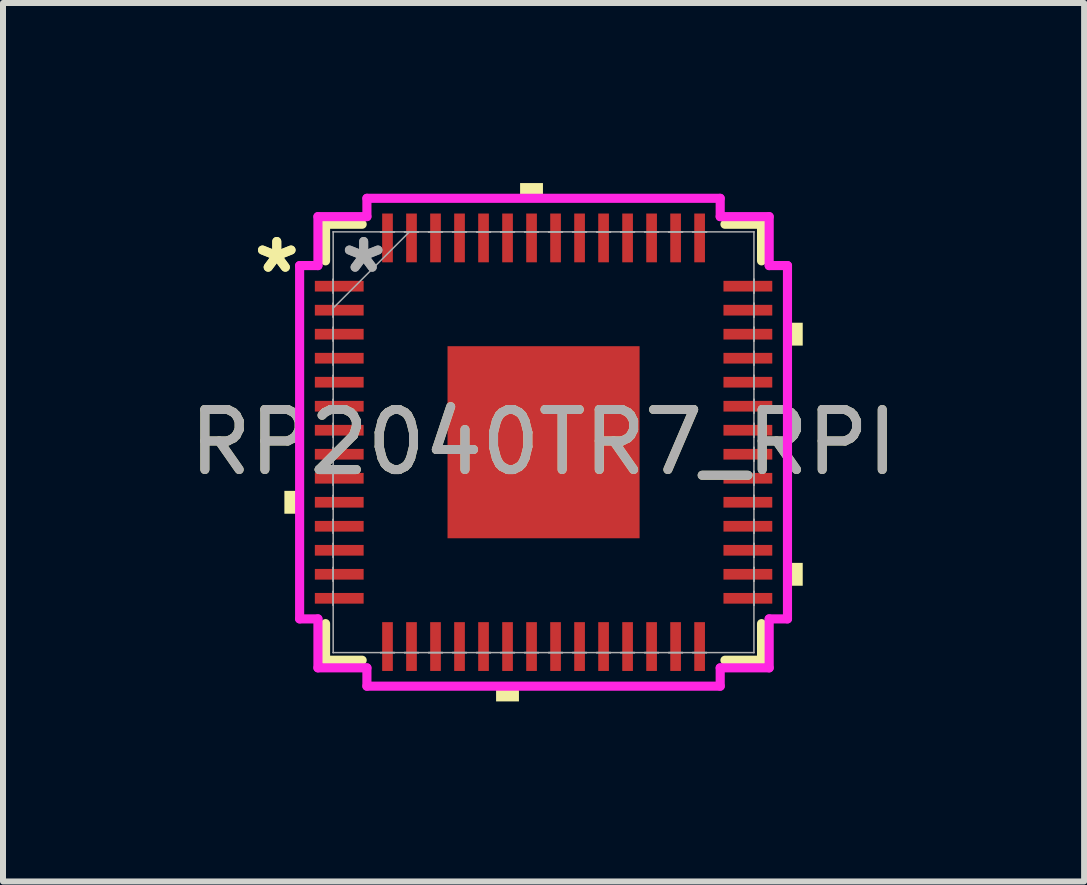
<source format=kicad_pcb>
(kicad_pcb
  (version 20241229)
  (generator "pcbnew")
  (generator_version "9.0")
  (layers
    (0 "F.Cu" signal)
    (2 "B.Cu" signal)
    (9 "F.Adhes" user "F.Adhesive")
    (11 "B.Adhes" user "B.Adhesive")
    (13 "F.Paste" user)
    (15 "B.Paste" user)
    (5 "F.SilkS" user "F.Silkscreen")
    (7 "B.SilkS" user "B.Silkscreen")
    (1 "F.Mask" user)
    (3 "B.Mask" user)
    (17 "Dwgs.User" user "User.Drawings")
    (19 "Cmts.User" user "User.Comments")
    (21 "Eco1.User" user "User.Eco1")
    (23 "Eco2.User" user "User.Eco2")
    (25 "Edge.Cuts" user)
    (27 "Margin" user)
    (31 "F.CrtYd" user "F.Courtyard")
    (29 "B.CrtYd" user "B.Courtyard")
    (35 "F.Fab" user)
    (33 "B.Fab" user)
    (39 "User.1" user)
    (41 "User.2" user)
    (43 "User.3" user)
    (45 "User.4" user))
  (footprint "RP2040TR7_RPI"
    (layer "F.Cu")
    (at 6.006 4.318)
    (property "Reference" "RP2040TR7_RPI" (at 0 0 0) (unlocked yes) (layer "F.SilkS") (effects (font (size 1 1) (thickness 0.15))))
    (attr smd)
    (fp_line (start -3.632 -3.632) (end -3.632 -3.022) (stroke (width 0.152) (type solid)) (layer "F.SilkS"))
    (fp_line (start -3.632 3.022) (end -3.632 3.632) (stroke (width 0.152) (type solid)) (layer "F.SilkS"))
    (fp_line (start -3.632 3.632) (end -3.022 3.632) (stroke (width 0.152) (type solid)) (layer "F.SilkS"))
    (fp_line (start -3.022 -3.632) (end -3.632 -3.632) (stroke (width 0.152) (type solid)) (layer "F.SilkS"))
    (fp_line (start 3.022 3.632) (end 3.632 3.632) (stroke (width 0.152) (type solid)) (layer "F.SilkS"))
    (fp_line (start 3.632 -3.632) (end 3.022 -3.632) (stroke (width 0.152) (type solid)) (layer "F.SilkS"))
    (fp_line (start 3.632 -3.022) (end 3.632 -3.632) (stroke (width 0.152) (type solid)) (layer "F.SilkS"))
    (fp_line (start 3.632 3.632) (end 3.632 3.022) (stroke (width 0.152) (type solid)) (layer "F.SilkS"))
    (fp_poly (pts (xy -4.318 0.81) (xy -4.318 1.191) (xy -4.064 1.191) (xy -4.064 0.81)) (stroke (width 0) (type solid)) (fill yes) (layer "F.SilkS"))
    (fp_poly (pts (xy -0.791 4.064) (xy -0.791 4.318) (xy -0.41 4.318) (xy -0.41 4.064)) (stroke (width 0) (type solid)) (fill yes) (layer "F.SilkS"))
    (fp_poly (pts (xy -0.391 -4.064) (xy -0.391 -4.318) (xy -0.01 -4.318) (xy -0.01 -4.064)) (stroke (width 0) (type solid)) (fill yes) (layer "F.SilkS"))
    (fp_poly (pts (xy 4.318 -1.991) (xy 4.318 -1.61) (xy 4.064 -1.61) (xy 4.064 -1.991)) (stroke (width 0) (type solid)) (fill yes) (layer "F.SilkS"))
    (fp_poly (pts (xy 4.318 2.01) (xy 4.318 2.391) (xy 4.064 2.391) (xy 4.064 2.01)) (stroke (width 0) (type solid)) (fill yes) (layer "F.SilkS"))
    (fp_poly (pts (xy -1.5 -1.5) (xy -1.5 -0.1) (xy -0.1 -0.1) (xy -0.1 -1.5)) (stroke (width 0) (type solid)) (fill yes) (layer "F.Paste"))
    (fp_poly (pts (xy -1.5 0.1) (xy -1.5 1.5) (xy -0.1 1.5) (xy -0.1 0.1)) (stroke (width 0) (type solid)) (fill yes) (layer "F.Paste"))
    (fp_poly (pts (xy 0.1 -1.5) (xy 0.1 -0.1) (xy 1.5 -0.1) (xy 1.5 -1.5)) (stroke (width 0) (type solid)) (fill yes) (layer "F.Paste"))
    (fp_poly (pts (xy 0.1 0.1) (xy 0.1 1.5) (xy 1.5 1.5) (xy 1.5 0.1)) (stroke (width 0) (type solid)) (fill yes) (layer "F.Paste"))
    (fp_line (start -4.064 -2.943) (end -3.759 -2.943) (stroke (width 0.152) (type solid)) (layer "F.CrtYd"))
    (fp_line (start -4.064 2.943) (end -4.064 -2.943) (stroke (width 0.152) (type solid)) (layer "F.CrtYd"))
    (fp_line (start -3.759 -3.759) (end -2.943 -3.759) (stroke (width 0.152) (type solid)) (layer "F.CrtYd"))
    (fp_line (start -3.759 -2.943) (end -3.759 -3.759) (stroke (width 0.152) (type solid)) (layer "F.CrtYd"))
    (fp_line (start -3.759 2.943) (end -4.064 2.943) (stroke (width 0.152) (type solid)) (layer "F.CrtYd"))
    (fp_line (start -3.759 3.759) (end -3.759 2.943) (stroke (width 0.152) (type solid)) (layer "F.CrtYd"))
    (fp_line (start -2.943 -4.064) (end 2.943 -4.064) (stroke (width 0.152) (type solid)) (layer "F.CrtYd"))
    (fp_line (start -2.943 -3.759) (end -2.943 -4.064) (stroke (width 0.152) (type solid)) (layer "F.CrtYd"))
    (fp_line (start -2.943 3.759) (end -3.759 3.759) (stroke (width 0.152) (type solid)) (layer "F.CrtYd"))
    (fp_line (start -2.943 4.064) (end -2.943 3.759) (stroke (width 0.152) (type solid)) (layer "F.CrtYd"))
    (fp_line (start 2.943 -4.064) (end 2.943 -3.759) (stroke (width 0.152) (type solid)) (layer "F.CrtYd"))
    (fp_line (start 2.943 -3.759) (end 3.759 -3.759) (stroke (width 0.152) (type solid)) (layer "F.CrtYd"))
    (fp_line (start 2.943 3.759) (end 2.943 4.064) (stroke (width 0.152) (type solid)) (layer "F.CrtYd"))
    (fp_line (start 2.943 4.064) (end -2.943 4.064) (stroke (width 0.152) (type solid)) (layer "F.CrtYd"))
    (fp_line (start 3.759 -3.759) (end 3.759 -2.943) (stroke (width 0.152) (type solid)) (layer "F.CrtYd"))
    (fp_line (start 3.759 -2.943) (end 4.064 -2.943) (stroke (width 0.152) (type solid)) (layer "F.CrtYd"))
    (fp_line (start 3.759 2.943) (end 3.759 3.759) (stroke (width 0.152) (type solid)) (layer "F.CrtYd"))
    (fp_line (start 3.759 3.759) (end 2.943 3.759) (stroke (width 0.152) (type solid)) (layer "F.CrtYd"))
    (fp_line (start 4.064 -2.943) (end 4.064 2.943) (stroke (width 0.152) (type solid)) (layer "F.CrtYd"))
    (fp_line (start 4.064 2.943) (end 3.759 2.943) (stroke (width 0.152) (type solid)) (layer "F.CrtYd"))
    (fp_line (start -3.505 -3.505) (end -3.505 -3.505) (stroke (width 0.025) (type solid)) (layer "F.Fab"))
    (fp_line (start -3.505 -3.505) (end -3.505 3.505) (stroke (width 0.025) (type solid)) (layer "F.Fab"))
    (fp_line (start -3.505 -2.715) (end -3.505 -2.715) (stroke (width 0.025) (type solid)) (layer "F.Fab"))
    (fp_line (start -3.505 -2.715) (end -3.505 -2.486) (stroke (width 0.025) (type solid)) (layer "F.Fab"))
    (fp_line (start -3.505 -2.486) (end -3.505 -2.715) (stroke (width 0.025) (type solid)) (layer "F.Fab"))
    (fp_line (start -3.505 -2.486) (end -3.505 -2.486) (stroke (width 0.025) (type solid)) (layer "F.Fab"))
    (fp_line (start -3.505 -2.315) (end -3.505 -2.315) (stroke (width 0.025) (type solid)) (layer "F.Fab"))
    (fp_line (start -3.505 -2.315) (end -3.505 -2.086) (stroke (width 0.025) (type solid)) (layer "F.Fab"))
    (fp_line (start -3.505 -2.235) (end -2.235 -3.505) (stroke (width 0.025) (type solid)) (layer "F.Fab"))
    (fp_line (start -3.505 -2.086) (end -3.505 -2.315) (stroke (width 0.025) (type solid)) (layer "F.Fab"))
    (fp_line (start -3.505 -2.086) (end -3.505 -2.086) (stroke (width 0.025) (type solid)) (layer "F.Fab"))
    (fp_line (start -3.505 -1.915) (end -3.505 -1.915) (stroke (width 0.025) (type solid)) (layer "F.Fab"))
    (fp_line (start -3.505 -1.915) (end -3.505 -1.686) (stroke (width 0.025) (type solid)) (layer "F.Fab"))
    (fp_line (start -3.505 -1.686) (end -3.505 -1.915) (stroke (width 0.025) (type solid)) (layer "F.Fab"))
    (fp_line (start -3.505 -1.686) (end -3.505 -1.686) (stroke (width 0.025) (type solid)) (layer "F.Fab"))
    (fp_line (start -3.505 -1.514) (end -3.505 -1.514) (stroke (width 0.025) (type solid)) (layer "F.Fab"))
    (fp_line (start -3.505 -1.514) (end -3.505 -1.286) (stroke (width 0.025) (type solid)) (layer "F.Fab"))
    (fp_line (start -3.505 -1.286) (end -3.505 -1.514) (stroke (width 0.025) (type solid)) (layer "F.Fab"))
    (fp_line (start -3.505 -1.286) (end -3.505 -1.286) (stroke (width 0.025) (type solid)) (layer "F.Fab"))
    (fp_line (start -3.505 -1.114) (end -3.505 -1.114) (stroke (width 0.025) (type solid)) (layer "F.Fab"))
    (fp_line (start -3.505 -1.114) (end -3.505 -0.886) (stroke (width 0.025) (type solid)) (layer "F.Fab"))
    (fp_line (start -3.505 -0.886) (end -3.505 -1.114) (stroke (width 0.025) (type solid)) (layer "F.Fab"))
    (fp_line (start -3.505 -0.886) (end -3.505 -0.886) (stroke (width 0.025) (type solid)) (layer "F.Fab"))
    (fp_line (start -3.505 -0.714) (end -3.505 -0.714) (stroke (width 0.025) (type solid)) (layer "F.Fab"))
    (fp_line (start -3.505 -0.714) (end -3.505 -0.486) (stroke (width 0.025) (type solid)) (layer "F.Fab"))
    (fp_line (start -3.505 -0.486) (end -3.505 -0.714) (stroke (width 0.025) (type solid)) (layer "F.Fab"))
    (fp_line (start -3.505 -0.486) (end -3.505 -0.486) (stroke (width 0.025) (type solid)) (layer "F.Fab"))
    (fp_line (start -3.505 -0.314) (end -3.505 -0.314) (stroke (width 0.025) (type solid)) (layer "F.Fab"))
    (fp_line (start -3.505 -0.314) (end -3.505 -0.086) (stroke (width 0.025) (type solid)) (layer "F.Fab"))
    (fp_line (start -3.505 -0.086) (end -3.505 -0.314) (stroke (width 0.025) (type solid)) (layer "F.Fab"))
    (fp_line (start -3.505 -0.086) (end -3.505 -0.086) (stroke (width 0.025) (type solid)) (layer "F.Fab"))
    (fp_line (start -3.505 0.086) (end -3.505 0.086) (stroke (width 0.025) (type solid)) (layer "F.Fab"))
    (fp_line (start -3.505 0.086) (end -3.505 0.314) (stroke (width 0.025) (type solid)) (layer "F.Fab"))
    (fp_line (start -3.505 0.314) (end -3.505 0.086) (stroke (width 0.025) (type solid)) (layer "F.Fab"))
    (fp_line (start -3.505 0.314) (end -3.505 0.314) (stroke (width 0.025) (type solid)) (layer "F.Fab"))
    (fp_line (start -3.505 0.486) (end -3.505 0.486) (stroke (width 0.025) (type solid)) (layer "F.Fab"))
    (fp_line (start -3.505 0.486) (end -3.505 0.714) (stroke (width 0.025) (type solid)) (layer "F.Fab"))
    (fp_line (start -3.505 0.714) (end -3.505 0.486) (stroke (width 0.025) (type solid)) (layer "F.Fab"))
    (fp_line (start -3.505 0.714) (end -3.505 0.714) (stroke (width 0.025) (type solid)) (layer "F.Fab"))
    (fp_line (start -3.505 0.886) (end -3.505 0.886) (stroke (width 0.025) (type solid)) (layer "F.Fab"))
    (fp_line (start -3.505 0.886) (end -3.505 1.114) (stroke (width 0.025) (type solid)) (layer "F.Fab"))
    (fp_line (start -3.505 1.114) (end -3.505 0.886) (stroke (width 0.025) (type solid)) (layer "F.Fab"))
    (fp_line (start -3.505 1.114) (end -3.505 1.114) (stroke (width 0.025) (type solid)) (layer "F.Fab"))
    (fp_line (start -3.505 1.286) (end -3.505 1.286) (stroke (width 0.025) (type solid)) (layer "F.Fab"))
    (fp_line (start -3.505 1.286) (end -3.505 1.514) (stroke (width 0.025) (type solid)) (layer "F.Fab"))
    (fp_line (start -3.505 1.514) (end -3.505 1.286) (stroke (width 0.025) (type solid)) (layer "F.Fab"))
    (fp_line (start -3.505 1.514) (end -3.505 1.514) (stroke (width 0.025) (type solid)) (layer "F.Fab"))
    (fp_line (start -3.505 1.686) (end -3.505 1.686) (stroke (width 0.025) (type solid)) (layer "F.Fab"))
    (fp_line (start -3.505 1.686) (end -3.505 1.915) (stroke (width 0.025) (type solid)) (layer "F.Fab"))
    (fp_line (start -3.505 1.915) (end -3.505 1.686) (stroke (width 0.025) (type solid)) (layer "F.Fab"))
    (fp_line (start -3.505 1.915) (end -3.505 1.915) (stroke (width 0.025) (type solid)) (layer "F.Fab"))
    (fp_line (start -3.505 2.086) (end -3.505 2.086) (stroke (width 0.025) (type solid)) (layer "F.Fab"))
    (fp_line (start -3.505 2.086) (end -3.505 2.315) (stroke (width 0.025) (type solid)) (layer "F.Fab"))
    (fp_line (start -3.505 2.315) (end -3.505 2.086) (stroke (width 0.025) (type solid)) (layer "F.Fab"))
    (fp_line (start -3.505 2.315) (end -3.505 2.315) (stroke (width 0.025) (type solid)) (layer "F.Fab"))
    (fp_line (start -3.505 2.486) (end -3.505 2.486) (stroke (width 0.025) (type solid)) (layer "F.Fab"))
    (fp_line (start -3.505 2.486) (end -3.505 2.715) (stroke (width 0.025) (type solid)) (layer "F.Fab"))
    (fp_line (start -3.505 2.715) (end -3.505 2.486) (stroke (width 0.025) (type solid)) (layer "F.Fab"))
    (fp_line (start -3.505 2.715) (end -3.505 2.715) (stroke (width 0.025) (type solid)) (layer "F.Fab"))
    (fp_line (start -3.505 3.505) (end -3.505 3.505) (stroke (width 0.025) (type solid)) (layer "F.Fab"))
    (fp_line (start -3.505 3.505) (end 3.505 3.505) (stroke (width 0.025) (type solid)) (layer "F.Fab"))
    (fp_line (start -2.715 -3.505) (end -2.715 -3.505) (stroke (width 0.025) (type solid)) (layer "F.Fab"))
    (fp_line (start -2.715 -3.505) (end -2.486 -3.505) (stroke (width 0.025) (type solid)) (layer "F.Fab"))
    (fp_line (start -2.715 3.505) (end -2.715 3.505) (stroke (width 0.025) (type solid)) (layer "F.Fab"))
    (fp_line (start -2.715 3.505) (end -2.486 3.505) (stroke (width 0.025) (type solid)) (layer "F.Fab"))
    (fp_line (start -2.486 -3.505) (end -2.715 -3.505) (stroke (width 0.025) (type solid)) (layer "F.Fab"))
    (fp_line (start -2.486 -3.505) (end -2.486 -3.505) (stroke (width 0.025) (type solid)) (layer "F.Fab"))
    (fp_line (start -2.486 3.505) (end -2.715 3.505) (stroke (width 0.025) (type solid)) (layer "F.Fab"))
    (fp_line (start -2.486 3.505) (end -2.486 3.505) (stroke (width 0.025) (type solid)) (layer "F.Fab"))
    (fp_line (start -2.315 -3.505) (end -2.315 -3.505) (stroke (width 0.025) (type solid)) (layer "F.Fab"))
    (fp_line (start -2.315 -3.505) (end -2.086 -3.505) (stroke (width 0.025) (type solid)) (layer "F.Fab"))
    (fp_line (start -2.315 3.505) (end -2.315 3.505) (stroke (width 0.025) (type solid)) (layer "F.Fab"))
    (fp_line (start -2.315 3.505) (end -2.086 3.505) (stroke (width 0.025) (type solid)) (layer "F.Fab"))
    (fp_line (start -2.086 -3.505) (end -2.315 -3.505) (stroke (width 0.025) (type solid)) (layer "F.Fab"))
    (fp_line (start -2.086 -3.505) (end -2.086 -3.505) (stroke (width 0.025) (type solid)) (layer "F.Fab"))
    (fp_line (start -2.086 3.505) (end -2.315 3.505) (stroke (width 0.025) (type solid)) (layer "F.Fab"))
    (fp_line (start -2.086 3.505) (end -2.086 3.505) (stroke (width 0.025) (type solid)) (layer "F.Fab"))
    (fp_line (start -1.915 -3.505) (end -1.915 -3.505) (stroke (width 0.025) (type solid)) (layer "F.Fab"))
    (fp_line (start -1.915 -3.505) (end -1.686 -3.505) (stroke (width 0.025) (type solid)) (layer "F.Fab"))
    (fp_line (start -1.915 3.505) (end -1.915 3.505) (stroke (width 0.025) (type solid)) (layer "F.Fab"))
    (fp_line (start -1.915 3.505) (end -1.686 3.505) (stroke (width 0.025) (type solid)) (layer "F.Fab"))
    (fp_line (start -1.686 -3.505) (end -1.915 -3.505) (stroke (width 0.025) (type solid)) (layer "F.Fab"))
    (fp_line (start -1.686 -3.505) (end -1.686 -3.505) (stroke (width 0.025) (type solid)) (layer "F.Fab"))
    (fp_line (start -1.686 3.505) (end -1.915 3.505) (stroke (width 0.025) (type solid)) (layer "F.Fab"))
    (fp_line (start -1.686 3.505) (end -1.686 3.505) (stroke (width 0.025) (type solid)) (layer "F.Fab"))
    (fp_line (start -1.514 -3.505) (end -1.514 -3.505) (stroke (width 0.025) (type solid)) (layer "F.Fab"))
    (fp_line (start -1.514 -3.505) (end -1.286 -3.505) (stroke (width 0.025) (type solid)) (layer "F.Fab"))
    (fp_line (start -1.514 3.505) (end -1.514 3.505) (stroke (width 0.025) (type solid)) (layer "F.Fab"))
    (fp_line (start -1.514 3.505) (end -1.286 3.505) (stroke (width 0.025) (type solid)) (layer "F.Fab"))
    (fp_line (start -1.286 -3.505) (end -1.514 -3.505) (stroke (width 0.025) (type solid)) (layer "F.Fab"))
    (fp_line (start -1.286 -3.505) (end -1.286 -3.505) (stroke (width 0.025) (type solid)) (layer "F.Fab"))
    (fp_line (start -1.286 3.505) (end -1.514 3.505) (stroke (width 0.025) (type solid)) (layer "F.Fab"))
    (fp_line (start -1.286 3.505) (end -1.286 3.505) (stroke (width 0.025) (type solid)) (layer "F.Fab"))
    (fp_line (start -1.114 -3.505) (end -1.114 -3.505) (stroke (width 0.025) (type solid)) (layer "F.Fab"))
    (fp_line (start -1.114 -3.505) (end -0.886 -3.505) (stroke (width 0.025) (type solid)) (layer "F.Fab"))
    (fp_line (start -1.114 3.505) (end -1.114 3.505) (stroke (width 0.025) (type solid)) (layer "F.Fab"))
    (fp_line (start -1.114 3.505) (end -0.886 3.505) (stroke (width 0.025) (type solid)) (layer "F.Fab"))
    (fp_line (start -0.886 -3.505) (end -1.114 -3.505) (stroke (width 0.025) (type solid)) (layer "F.Fab"))
    (fp_line (start -0.886 -3.505) (end -0.886 -3.505) (stroke (width 0.025) (type solid)) (layer "F.Fab"))
    (fp_line (start -0.886 3.505) (end -1.114 3.505) (stroke (width 0.025) (type solid)) (layer "F.Fab"))
    (fp_line (start -0.886 3.505) (end -0.886 3.505) (stroke (width 0.025) (type solid)) (layer "F.Fab"))
    (fp_line (start -0.714 -3.505) (end -0.714 -3.505) (stroke (width 0.025) (type solid)) (layer "F.Fab"))
    (fp_line (start -0.714 -3.505) (end -0.486 -3.505) (stroke (width 0.025) (type solid)) (layer "F.Fab"))
    (fp_line (start -0.714 3.505) (end -0.714 3.505) (stroke (width 0.025) (type solid)) (layer "F.Fab"))
    (fp_line (start -0.714 3.505) (end -0.486 3.505) (stroke (width 0.025) (type solid)) (layer "F.Fab"))
    (fp_line (start -0.486 -3.505) (end -0.714 -3.505) (stroke (width 0.025) (type solid)) (layer "F.Fab"))
    (fp_line (start -0.486 -3.505) (end -0.486 -3.505) (stroke (width 0.025) (type solid)) (layer "F.Fab"))
    (fp_line (start -0.486 3.505) (end -0.714 3.505) (stroke (width 0.025) (type solid)) (layer "F.Fab"))
    (fp_line (start -0.486 3.505) (end -0.486 3.505) (stroke (width 0.025) (type solid)) (layer "F.Fab"))
    (fp_line (start -0.314 -3.505) (end -0.314 -3.505) (stroke (width 0.025) (type solid)) (layer "F.Fab"))
    (fp_line (start -0.314 -3.505) (end -0.086 -3.505) (stroke (width 0.025) (type solid)) (layer "F.Fab"))
    (fp_line (start -0.314 3.505) (end -0.314 3.505) (stroke (width 0.025) (type solid)) (layer "F.Fab"))
    (fp_line (start -0.314 3.505) (end -0.086 3.505) (stroke (width 0.025) (type solid)) (layer "F.Fab"))
    (fp_line (start -0.086 -3.505) (end -0.314 -3.505) (stroke (width 0.025) (type solid)) (layer "F.Fab"))
    (fp_line (start -0.086 -3.505) (end -0.086 -3.505) (stroke (width 0.025) (type solid)) (layer "F.Fab"))
    (fp_line (start -0.086 3.505) (end -0.314 3.505) (stroke (width 0.025) (type solid)) (layer "F.Fab"))
    (fp_line (start -0.086 3.505) (end -0.086 3.505) (stroke (width 0.025) (type solid)) (layer "F.Fab"))
    (fp_line (start 0.086 -3.505) (end 0.086 -3.505) (stroke (width 0.025) (type solid)) (layer "F.Fab"))
    (fp_line (start 0.086 -3.505) (end 0.314 -3.505) (stroke (width 0.025) (type solid)) (layer "F.Fab"))
    (fp_line (start 0.086 3.505) (end 0.086 3.505) (stroke (width 0.025) (type solid)) (layer "F.Fab"))
    (fp_line (start 0.086 3.505) (end 0.314 3.505) (stroke (width 0.025) (type solid)) (layer "F.Fab"))
    (fp_line (start 0.314 -3.505) (end 0.086 -3.505) (stroke (width 0.025) (type solid)) (layer "F.Fab"))
    (fp_line (start 0.314 -3.505) (end 0.314 -3.505) (stroke (width 0.025) (type solid)) (layer "F.Fab"))
    (fp_line (start 0.314 3.505) (end 0.086 3.505) (stroke (width 0.025) (type solid)) (layer "F.Fab"))
    (fp_line (start 0.314 3.505) (end 0.314 3.505) (stroke (width 0.025) (type solid)) (layer "F.Fab"))
    (fp_line (start 0.486 -3.505) (end 0.486 -3.505) (stroke (width 0.025) (type solid)) (layer "F.Fab"))
    (fp_line (start 0.486 -3.505) (end 0.714 -3.505) (stroke (width 0.025) (type solid)) (layer "F.Fab"))
    (fp_line (start 0.486 3.505) (end 0.486 3.505) (stroke (width 0.025) (type solid)) (layer "F.Fab"))
    (fp_line (start 0.486 3.505) (end 0.714 3.505) (stroke (width 0.025) (type solid)) (layer "F.Fab"))
    (fp_line (start 0.714 -3.505) (end 0.486 -3.505) (stroke (width 0.025) (type solid)) (layer "F.Fab"))
    (fp_line (start 0.714 -3.505) (end 0.714 -3.505) (stroke (width 0.025) (type solid)) (layer "F.Fab"))
    (fp_line (start 0.714 3.505) (end 0.486 3.505) (stroke (width 0.025) (type solid)) (layer "F.Fab"))
    (fp_line (start 0.714 3.505) (end 0.714 3.505) (stroke (width 0.025) (type solid)) (layer "F.Fab"))
    (fp_line (start 0.886 -3.505) (end 0.886 -3.505) (stroke (width 0.025) (type solid)) (layer "F.Fab"))
    (fp_line (start 0.886 -3.505) (end 1.114 -3.505) (stroke (width 0.025) (type solid)) (layer "F.Fab"))
    (fp_line (start 0.886 3.505) (end 0.886 3.505) (stroke (width 0.025) (type solid)) (layer "F.Fab"))
    (fp_line (start 0.886 3.505) (end 1.114 3.505) (stroke (width 0.025) (type solid)) (layer "F.Fab"))
    (fp_line (start 1.114 -3.505) (end 0.886 -3.505) (stroke (width 0.025) (type solid)) (layer "F.Fab"))
    (fp_line (start 1.114 -3.505) (end 1.114 -3.505) (stroke (width 0.025) (type solid)) (layer "F.Fab"))
    (fp_line (start 1.114 3.505) (end 0.886 3.505) (stroke (width 0.025) (type solid)) (layer "F.Fab"))
    (fp_line (start 1.114 3.505) (end 1.114 3.505) (stroke (width 0.025) (type solid)) (layer "F.Fab"))
    (fp_line (start 1.286 -3.505) (end 1.286 -3.505) (stroke (width 0.025) (type solid)) (layer "F.Fab"))
    (fp_line (start 1.286 -3.505) (end 1.514 -3.505) (stroke (width 0.025) (type solid)) (layer "F.Fab"))
    (fp_line (start 1.286 3.505) (end 1.286 3.505) (stroke (width 0.025) (type solid)) (layer "F.Fab"))
    (fp_line (start 1.286 3.505) (end 1.514 3.505) (stroke (width 0.025) (type solid)) (layer "F.Fab"))
    (fp_line (start 1.514 -3.505) (end 1.286 -3.505) (stroke (width 0.025) (type solid)) (layer "F.Fab"))
    (fp_line (start 1.514 -3.505) (end 1.514 -3.505) (stroke (width 0.025) (type solid)) (layer "F.Fab"))
    (fp_line (start 1.514 3.505) (end 1.286 3.505) (stroke (width 0.025) (type solid)) (layer "F.Fab"))
    (fp_line (start 1.514 3.505) (end 1.514 3.505) (stroke (width 0.025) (type solid)) (layer "F.Fab"))
    (fp_line (start 1.686 -3.505) (end 1.686 -3.505) (stroke (width 0.025) (type solid)) (layer "F.Fab"))
    (fp_line (start 1.686 -3.505) (end 1.915 -3.505) (stroke (width 0.025) (type solid)) (layer "F.Fab"))
    (fp_line (start 1.686 3.505) (end 1.686 3.505) (stroke (width 0.025) (type solid)) (layer "F.Fab"))
    (fp_line (start 1.686 3.505) (end 1.915 3.505) (stroke (width 0.025) (type solid)) (layer "F.Fab"))
    (fp_line (start 1.915 -3.505) (end 1.686 -3.505) (stroke (width 0.025) (type solid)) (layer "F.Fab"))
    (fp_line (start 1.915 -3.505) (end 1.915 -3.505) (stroke (width 0.025) (type solid)) (layer "F.Fab"))
    (fp_line (start 1.915 3.505) (end 1.686 3.505) (stroke (width 0.025) (type solid)) (layer "F.Fab"))
    (fp_line (start 1.915 3.505) (end 1.915 3.505) (stroke (width 0.025) (type solid)) (layer "F.Fab"))
    (fp_line (start 2.086 -3.505) (end 2.086 -3.505) (stroke (width 0.025) (type solid)) (layer "F.Fab"))
    (fp_line (start 2.086 -3.505) (end 2.315 -3.505) (stroke (width 0.025) (type solid)) (layer "F.Fab"))
    (fp_line (start 2.086 3.505) (end 2.086 3.505) (stroke (width 0.025) (type solid)) (layer "F.Fab"))
    (fp_line (start 2.086 3.505) (end 2.315 3.505) (stroke (width 0.025) (type solid)) (layer "F.Fab"))
    (fp_line (start 2.315 -3.505) (end 2.086 -3.505) (stroke (width 0.025) (type solid)) (layer "F.Fab"))
    (fp_line (start 2.315 -3.505) (end 2.315 -3.505) (stroke (width 0.025) (type solid)) (layer "F.Fab"))
    (fp_line (start 2.315 3.505) (end 2.086 3.505) (stroke (width 0.025) (type solid)) (layer "F.Fab"))
    (fp_line (start 2.315 3.505) (end 2.315 3.505) (stroke (width 0.025) (type solid)) (layer "F.Fab"))
    (fp_line (start 2.486 -3.505) (end 2.486 -3.505) (stroke (width 0.025) (type solid)) (layer "F.Fab"))
    (fp_line (start 2.486 -3.505) (end 2.715 -3.505) (stroke (width 0.025) (type solid)) (layer "F.Fab"))
    (fp_line (start 2.486 3.505) (end 2.486 3.505) (stroke (width 0.025) (type solid)) (layer "F.Fab"))
    (fp_line (start 2.486 3.505) (end 2.715 3.505) (stroke (width 0.025) (type solid)) (layer "F.Fab"))
    (fp_line (start 2.715 -3.505) (end 2.486 -3.505) (stroke (width 0.025) (type solid)) (layer "F.Fab"))
    (fp_line (start 2.715 -3.505) (end 2.715 -3.505) (stroke (width 0.025) (type solid)) (layer "F.Fab"))
    (fp_line (start 2.715 3.505) (end 2.486 3.505) (stroke (width 0.025) (type solid)) (layer "F.Fab"))
    (fp_line (start 2.715 3.505) (end 2.715 3.505) (stroke (width 0.025) (type solid)) (layer "F.Fab"))
    (fp_line (start 3.505 -3.505) (end -3.505 -3.505) (stroke (width 0.025) (type solid)) (layer "F.Fab"))
    (fp_line (start 3.505 -3.505) (end 3.505 -3.505) (stroke (width 0.025) (type solid)) (layer "F.Fab"))
    (fp_line (start 3.505 -2.715) (end 3.505 -2.715) (stroke (width 0.025) (type solid)) (layer "F.Fab"))
    (fp_line (start 3.505 -2.715) (end 3.505 -2.486) (stroke (width 0.025) (type solid)) (layer "F.Fab"))
    (fp_line (start 3.505 -2.486) (end 3.505 -2.715) (stroke (width 0.025) (type solid)) (layer "F.Fab"))
    (fp_line (start 3.505 -2.486) (end 3.505 -2.486) (stroke (width 0.025) (type solid)) (layer "F.Fab"))
    (fp_line (start 3.505 -2.315) (end 3.505 -2.315) (stroke (width 0.025) (type solid)) (layer "F.Fab"))
    (fp_line (start 3.505 -2.315) (end 3.505 -2.086) (stroke (width 0.025) (type solid)) (layer "F.Fab"))
    (fp_line (start 3.505 -2.086) (end 3.505 -2.315) (stroke (width 0.025) (type solid)) (layer "F.Fab"))
    (fp_line (start 3.505 -2.086) (end 3.505 -2.086) (stroke (width 0.025) (type solid)) (layer "F.Fab"))
    (fp_line (start 3.505 -1.915) (end 3.505 -1.915) (stroke (width 0.025) (type solid)) (layer "F.Fab"))
    (fp_line (start 3.505 -1.915) (end 3.505 -1.686) (stroke (width 0.025) (type solid)) (layer "F.Fab"))
    (fp_line (start 3.505 -1.686) (end 3.505 -1.915) (stroke (width 0.025) (type solid)) (layer "F.Fab"))
    (fp_line (start 3.505 -1.686) (end 3.505 -1.686) (stroke (width 0.025) (type solid)) (layer "F.Fab"))
    (fp_line (start 3.505 -1.514) (end 3.505 -1.514) (stroke (width 0.025) (type solid)) (layer "F.Fab"))
    (fp_line (start 3.505 -1.514) (end 3.505 -1.286) (stroke (width 0.025) (type solid)) (layer "F.Fab"))
    (fp_line (start 3.505 -1.286) (end 3.505 -1.514) (stroke (width 0.025) (type solid)) (layer "F.Fab"))
    (fp_line (start 3.505 -1.286) (end 3.505 -1.286) (stroke (width 0.025) (type solid)) (layer "F.Fab"))
    (fp_line (start 3.505 -1.114) (end 3.505 -1.114) (stroke (width 0.025) (type solid)) (layer "F.Fab"))
    (fp_line (start 3.505 -1.114) (end 3.505 -0.886) (stroke (width 0.025) (type solid)) (layer "F.Fab"))
    (fp_line (start 3.505 -0.886) (end 3.505 -1.114) (stroke (width 0.025) (type solid)) (layer "F.Fab"))
    (fp_line (start 3.505 -0.886) (end 3.505 -0.886) (stroke (width 0.025) (type solid)) (layer "F.Fab"))
    (fp_line (start 3.505 -0.714) (end 3.505 -0.714) (stroke (width 0.025) (type solid)) (layer "F.Fab"))
    (fp_line (start 3.505 -0.714) (end 3.505 -0.486) (stroke (width 0.025) (type solid)) (layer "F.Fab"))
    (fp_line (start 3.505 -0.486) (end 3.505 -0.714) (stroke (width 0.025) (type solid)) (layer "F.Fab"))
    (fp_line (start 3.505 -0.486) (end 3.505 -0.486) (stroke (width 0.025) (type solid)) (layer "F.Fab"))
    (fp_line (start 3.505 -0.314) (end 3.505 -0.314) (stroke (width 0.025) (type solid)) (layer "F.Fab"))
    (fp_line (start 3.505 -0.314) (end 3.505 -0.086) (stroke (width 0.025) (type solid)) (layer "F.Fab"))
    (fp_line (start 3.505 -0.086) (end 3.505 -0.314) (stroke (width 0.025) (type solid)) (layer "F.Fab"))
    (fp_line (start 3.505 -0.086) (end 3.505 -0.086) (stroke (width 0.025) (type solid)) (layer "F.Fab"))
    (fp_line (start 3.505 0.086) (end 3.505 0.086) (stroke (width 0.025) (type solid)) (layer "F.Fab"))
    (fp_line (start 3.505 0.086) (end 3.505 0.314) (stroke (width 0.025) (type solid)) (layer "F.Fab"))
    (fp_line (start 3.505 0.314) (end 3.505 0.086) (stroke (width 0.025) (type solid)) (layer "F.Fab"))
    (fp_line (start 3.505 0.314) (end 3.505 0.314) (stroke (width 0.025) (type solid)) (layer "F.Fab"))
    (fp_line (start 3.505 0.486) (end 3.505 0.486) (stroke (width 0.025) (type solid)) (layer "F.Fab"))
    (fp_line (start 3.505 0.486) (end 3.505 0.714) (stroke (width 0.025) (type solid)) (layer "F.Fab"))
    (fp_line (start 3.505 0.714) (end 3.505 0.486) (stroke (width 0.025) (type solid)) (layer "F.Fab"))
    (fp_line (start 3.505 0.714) (end 3.505 0.714) (stroke (width 0.025) (type solid)) (layer "F.Fab"))
    (fp_line (start 3.505 0.886) (end 3.505 0.886) (stroke (width 0.025) (type solid)) (layer "F.Fab"))
    (fp_line (start 3.505 0.886) (end 3.505 1.114) (stroke (width 0.025) (type solid)) (layer "F.Fab"))
    (fp_line (start 3.505 1.114) (end 3.505 0.886) (stroke (width 0.025) (type solid)) (layer "F.Fab"))
    (fp_line (start 3.505 1.114) (end 3.505 1.114) (stroke (width 0.025) (type solid)) (layer "F.Fab"))
    (fp_line (start 3.505 1.286) (end 3.505 1.286) (stroke (width 0.025) (type solid)) (layer "F.Fab"))
    (fp_line (start 3.505 1.286) (end 3.505 1.514) (stroke (width 0.025) (type solid)) (layer "F.Fab"))
    (fp_line (start 3.505 1.514) (end 3.505 1.286) (stroke (width 0.025) (type solid)) (layer "F.Fab"))
    (fp_line (start 3.505 1.514) (end 3.505 1.514) (stroke (width 0.025) (type solid)) (layer "F.Fab"))
    (fp_line (start 3.505 1.686) (end 3.505 1.686) (stroke (width 0.025) (type solid)) (layer "F.Fab"))
    (fp_line (start 3.505 1.686) (end 3.505 1.915) (stroke (width 0.025) (type solid)) (layer "F.Fab"))
    (fp_line (start 3.505 1.915) (end 3.505 1.686) (stroke (width 0.025) (type solid)) (layer "F.Fab"))
    (fp_line (start 3.505 1.915) (end 3.505 1.915) (stroke (width 0.025) (type solid)) (layer "F.Fab"))
    (fp_line (start 3.505 2.086) (end 3.505 2.086) (stroke (width 0.025) (type solid)) (layer "F.Fab"))
    (fp_line (start 3.505 2.086) (end 3.505 2.315) (stroke (width 0.025) (type solid)) (layer "F.Fab"))
    (fp_line (start 3.505 2.315) (end 3.505 2.086) (stroke (width 0.025) (type solid)) (layer "F.Fab"))
    (fp_line (start 3.505 2.315) (end 3.505 2.315) (stroke (width 0.025) (type solid)) (layer "F.Fab"))
    (fp_line (start 3.505 2.486) (end 3.505 2.486) (stroke (width 0.025) (type solid)) (layer "F.Fab"))
    (fp_line (start 3.505 2.486) (end 3.505 2.715) (stroke (width 0.025) (type solid)) (layer "F.Fab"))
    (fp_line (start 3.505 2.715) (end 3.505 2.486) (stroke (width 0.025) (type solid)) (layer "F.Fab"))
    (fp_line (start 3.505 2.715) (end 3.505 2.715) (stroke (width 0.025) (type solid)) (layer "F.Fab"))
    (fp_line (start 3.505 3.505) (end 3.505 -3.505) (stroke (width 0.025) (type solid)) (layer "F.Fab"))
    (fp_line (start 3.505 3.505) (end 3.505 3.505) (stroke (width 0.025) (type solid)) (layer "F.Fab"))
    (fp_text user "*" (at -4.445 -2.8 0) (layer "F.SilkS") (effects (font (size 1 1) (thickness 0.15))))
    (fp_text user "*" (at -4.445 -2.8 0) (unlocked yes) (layer "F.SilkS") (effects (font (size 1 1) (thickness 0.15))))
    (fp_text user "*" (at -2.997 -2.8 0) (unlocked yes) (layer "F.Fab") (effects (font (size 1 1) (thickness 0.15))))
    (fp_text user "*" (at -2.997 -2.8 0) (layer "F.Fab") (effects (font (size 1 1) (thickness 0.15))))
    (fp_text user "${REFERENCE}" (at 0 0 0) (unlocked yes) (layer "F.Fab") (effects (font (size 1 1) (thickness 0.15))))
    (pad "1" smd rect (at -3.404 -2.6 90) (size 0.178 0.813) (layers "F.Cu" "F.Mask" "F.Paste"))
    (pad "2" smd rect (at -3.404 -2.2 90) (size 0.178 0.813) (layers "F.Cu" "F.Mask" "F.Paste"))
    (pad "3" smd rect (at -3.404 -1.8 90) (size 0.178 0.813) (layers "F.Cu" "F.Mask" "F.Paste"))
    (pad "4" smd rect (at -3.404 -1.4 90) (size 0.178 0.813) (layers "F.Cu" "F.Mask" "F.Paste"))
    (pad "5" smd rect (at -3.404 -1 90) (size 0.178 0.813) (layers "F.Cu" "F.Mask" "F.Paste"))
    (pad "6" smd rect (at -3.404 -0.6 90) (size 0.178 0.813) (layers "F.Cu" "F.Mask" "F.Paste"))
    (pad "7" smd rect (at -3.404 -0.2 90) (size 0.178 0.813) (layers "F.Cu" "F.Mask" "F.Paste"))
    (pad "8" smd rect (at -3.404 0.2 90) (size 0.178 0.813) (layers "F.Cu" "F.Mask" "F.Paste"))
    (pad "9" smd rect (at -3.404 0.6 90) (size 0.178 0.813) (layers "F.Cu" "F.Mask" "F.Paste"))
    (pad "10" smd rect (at -3.404 1 90) (size 0.178 0.813) (layers "F.Cu" "F.Mask" "F.Paste"))
    (pad "11" smd rect (at -3.404 1.4 90) (size 0.178 0.813) (layers "F.Cu" "F.Mask" "F.Paste"))
    (pad "12" smd rect (at -3.404 1.8 90) (size 0.178 0.813) (layers "F.Cu" "F.Mask" "F.Paste"))
    (pad "13" smd rect (at -3.404 2.2 90) (size 0.178 0.813) (layers "F.Cu" "F.Mask" "F.Paste"))
    (pad "14" smd rect (at -3.404 2.6 90) (size 0.178 0.813) (layers "F.Cu" "F.Mask" "F.Paste"))
    (pad "15" smd rect (at -2.6 3.404) (size 0.178 0.813) (layers "F.Cu" "F.Mask" "F.Paste"))
    (pad "16" smd rect (at -2.2 3.404) (size 0.178 0.813) (layers "F.Cu" "F.Mask" "F.Paste"))
    (pad "17" smd rect (at -1.8 3.404) (size 0.178 0.813) (layers "F.Cu" "F.Mask" "F.Paste"))
    (pad "18" smd rect (at -1.4 3.404) (size 0.178 0.813) (layers "F.Cu" "F.Mask" "F.Paste"))
    (pad "19" smd rect (at -1 3.404) (size 0.178 0.813) (layers "F.Cu" "F.Mask" "F.Paste"))
    (pad "20" smd rect (at -0.6 3.404) (size 0.178 0.813) (layers "F.Cu" "F.Mask" "F.Paste"))
    (pad "21" smd rect (at -0.2 3.404) (size 0.178 0.813) (layers "F.Cu" "F.Mask" "F.Paste"))
    (pad "22" smd rect (at 0.2 3.404) (size 0.178 0.813) (layers "F.Cu" "F.Mask" "F.Paste"))
    (pad "23" smd rect (at 0.6 3.404) (size 0.178 0.813) (layers "F.Cu" "F.Mask" "F.Paste"))
    (pad "24" smd rect (at 1 3.404) (size 0.178 0.813) (layers "F.Cu" "F.Mask" "F.Paste"))
    (pad "25" smd rect (at 1.4 3.404) (size 0.178 0.813) (layers "F.Cu" "F.Mask" "F.Paste"))
    (pad "26" smd rect (at 1.8 3.404) (size 0.178 0.813) (layers "F.Cu" "F.Mask" "F.Paste"))
    (pad "27" smd rect (at 2.2 3.404) (size 0.178 0.813) (layers "F.Cu" "F.Mask" "F.Paste"))
    (pad "28" smd rect (at 2.6 3.404) (size 0.178 0.813) (layers "F.Cu" "F.Mask" "F.Paste"))
    (pad "29" smd rect (at 3.404 2.6 90) (size 0.178 0.813) (layers "F.Cu" "F.Mask" "F.Paste"))
    (pad "30" smd rect (at 3.404 2.2 90) (size 0.178 0.813) (layers "F.Cu" "F.Mask" "F.Paste"))
    (pad "31" smd rect (at 3.404 1.8 90) (size 0.178 0.813) (layers "F.Cu" "F.Mask" "F.Paste"))
    (pad "32" smd rect (at 3.404 1.4 90) (size 0.178 0.813) (layers "F.Cu" "F.Mask" "F.Paste"))
    (pad "33" smd rect (at 3.404 1 90) (size 0.178 0.813) (layers "F.Cu" "F.Mask" "F.Paste"))
    (pad "34" smd rect (at 3.404 0.6 90) (size 0.178 0.813) (layers "F.Cu" "F.Mask" "F.Paste"))
    (pad "35" smd rect (at 3.404 0.2 90) (size 0.178 0.813) (layers "F.Cu" "F.Mask" "F.Paste"))
    (pad "36" smd rect (at 3.404 -0.2 90) (size 0.178 0.813) (layers "F.Cu" "F.Mask" "F.Paste"))
    (pad "37" smd rect (at 3.404 -0.6 90) (size 0.178 0.813) (layers "F.Cu" "F.Mask" "F.Paste"))
    (pad "38" smd rect (at 3.404 -1 90) (size 0.178 0.813) (layers "F.Cu" "F.Mask" "F.Paste"))
    (pad "39" smd rect (at 3.404 -1.4 90) (size 0.178 0.813) (layers "F.Cu" "F.Mask" "F.Paste"))
    (pad "40" smd rect (at 3.404 -1.8 90) (size 0.178 0.813) (layers "F.Cu" "F.Mask" "F.Paste"))
    (pad "41" smd rect (at 3.404 -2.2 90) (size 0.178 0.813) (layers "F.Cu" "F.Mask" "F.Paste"))
    (pad "42" smd rect (at 3.404 -2.6 90) (size 0.178 0.813) (layers "F.Cu" "F.Mask" "F.Paste"))
    (pad "43" smd rect (at 2.6 -3.404) (size 0.178 0.813) (layers "F.Cu" "F.Mask" "F.Paste"))
    (pad "44" smd rect (at 2.2 -3.404) (size 0.178 0.813) (layers "F.Cu" "F.Mask" "F.Paste"))
    (pad "45" smd rect (at 1.8 -3.404) (size 0.178 0.813) (layers "F.Cu" "F.Mask" "F.Paste"))
    (pad "46" smd rect (at 1.4 -3.404) (size 0.178 0.813) (layers "F.Cu" "F.Mask" "F.Paste"))
    (pad "47" smd rect (at 1 -3.404) (size 0.178 0.813) (layers "F.Cu" "F.Mask" "F.Paste"))
    (pad "48" smd rect (at 0.6 -3.404) (size 0.178 0.813) (layers "F.Cu" "F.Mask" "F.Paste"))
    (pad "49" smd rect (at 0.2 -3.404) (size 0.178 0.813) (layers "F.Cu" "F.Mask" "F.Paste"))
    (pad "50" smd rect (at -0.2 -3.404) (size 0.178 0.813) (layers "F.Cu" "F.Mask" "F.Paste"))
    (pad "51" smd rect (at -0.6 -3.404) (size 0.178 0.813) (layers "F.Cu" "F.Mask" "F.Paste"))
    (pad "52" smd rect (at -1 -3.404) (size 0.178 0.813) (layers "F.Cu" "F.Mask" "F.Paste"))
    (pad "53" smd rect (at -1.4 -3.404) (size 0.178 0.813) (layers "F.Cu" "F.Mask" "F.Paste"))
    (pad "54" smd rect (at -1.8 -3.404) (size 0.178 0.813) (layers "F.Cu" "F.Mask" "F.Paste"))
    (pad "55" smd rect (at -2.2 -3.404) (size 0.178 0.813) (layers "F.Cu" "F.Mask" "F.Paste"))
    (pad "56" smd rect (at -2.6 -3.404) (size 0.178 0.813) (layers "F.Cu" "F.Mask" "F.Paste"))
    (pad "57" smd rect (at 0 0) (size 3.2 3.2) (layers "F.Cu" "F.Mask")))
  (gr_rect
    (start -3 -3)
    (end 15.012 11.636)
    (stroke (width 0.1) (type default))
    (fill no)
    (layer "Edge.Cuts")))
</source>
